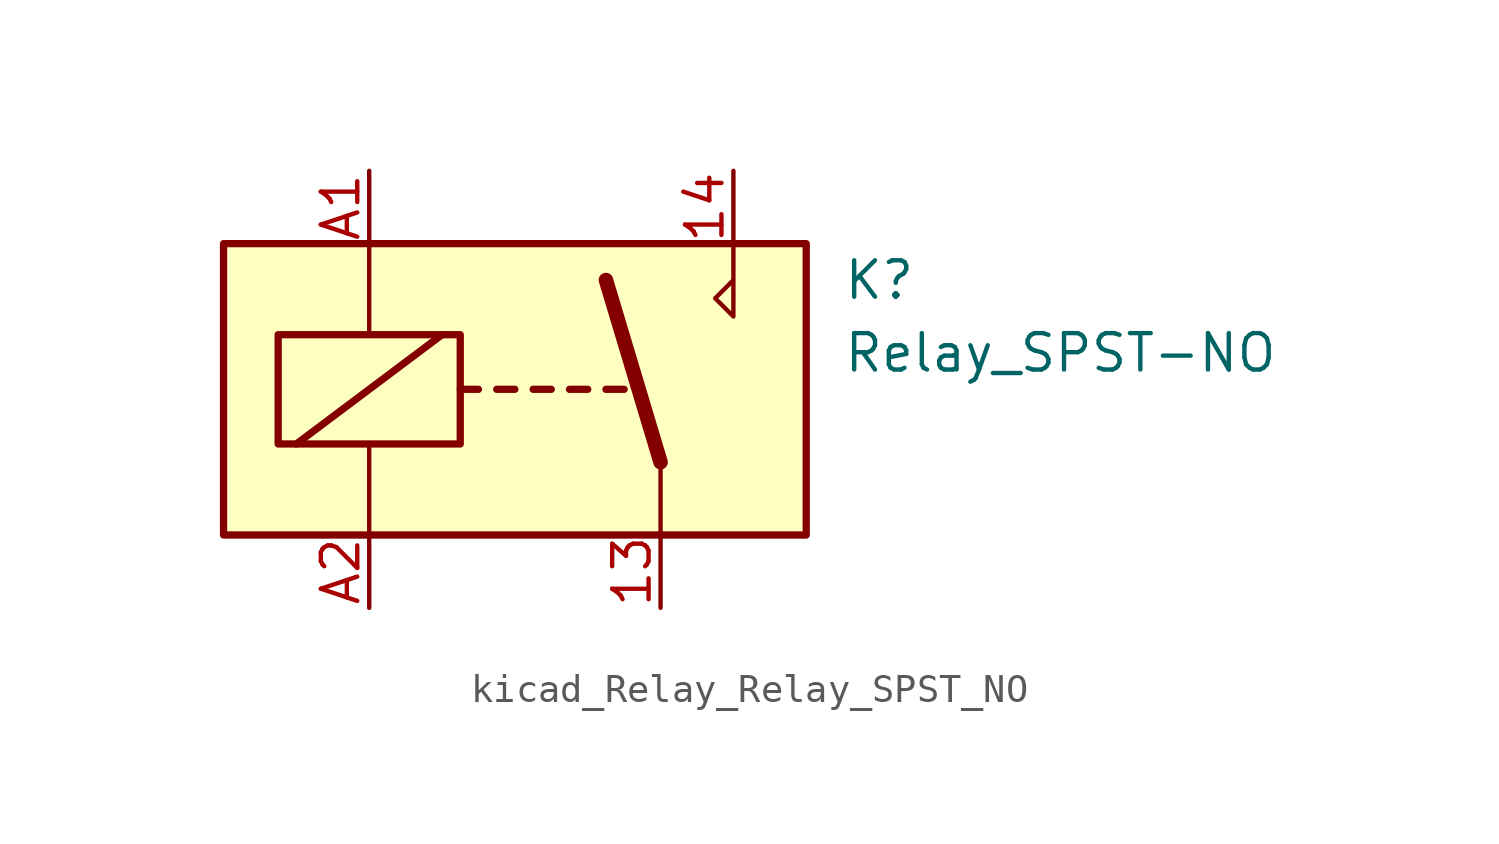
<source format=kicad_sym>
(kicad_symbol_lib
  (version 20220914)
  (generator kicad_symbol_editor)
  (symbol "kicad_Relay_Relay_SPST_NO"
    (property "Reference" "K"
      (at 11.43 3.81 0)
      (effects (font (size 1.27 1.27)) (justify left)))
    (property "Value" "Relay_SPST-NO"
      (at 11.43 1.27 0)
      (effects (font (size 1.27 1.27)) (justify left)))
    (symbol "kicad_Relay_Relay_SPST_NO_0_0"
      (polyline (pts (xy 7.62 5.08) (xy 7.62 2.54) (xy 6.985 3.175) (xy 7.62 3.81)) (stroke (width 0) (type default)) (fill (type none))))
    (symbol "kicad_Relay_Relay_SPST_NO_0_1"
      (rectangle (start -10.16 5.08) (end 10.16 -5.08) (stroke (width 0.254) (type default)) (fill (type background)))
      (rectangle (start -8.255 1.905) (end -1.905 -1.905) (stroke (width 0.254) (type default)) (fill (type none)))
      (polyline (pts (xy -7.62 -1.905) (xy -2.54 1.905)) (stroke (width 0.254) (type default)) (fill (type none)))
      (polyline (pts (xy -5.08 -5.08) (xy -5.08 -1.905)) (stroke (width 0) (type default)) (fill (type none)))
      (polyline (pts (xy -5.08 5.08) (xy -5.08 1.905)) (stroke (width 0) (type default)) (fill (type none)))
      (polyline (pts (xy -1.905 0) (xy -1.27 0)) (stroke (width 0.254) (type default)) (fill (type none)))
      (polyline (pts (xy -0.635 0) (xy 0 0)) (stroke (width 0.254) (type default)) (fill (type none)))
      (polyline (pts (xy 0.635 0) (xy 1.27 0)) (stroke (width 0.254) (type default)) (fill (type none)))
      (polyline (pts (xy 1.905 0) (xy 2.54 0)) (stroke (width 0.254) (type default)) (fill (type none)))
      (polyline (pts (xy 3.175 0) (xy 3.81 0)) (stroke (width 0.254) (type default)) (fill (type none)))
      (polyline (pts (xy 5.08 -2.54) (xy 3.175 3.81)) (stroke (width 0.508) (type default)) (fill (type none)))
      (polyline (pts (xy 5.08 -2.54) (xy 5.08 -5.08)) (stroke (width 0) (type default)) (fill (type none))))
    (symbol "kicad_Relay_Relay_SPST_NO_1_1"
      (pin passive line (at 5.08 -7.62 90) (length 2.54) (name "~" (effects (font (size 1.27 1.27)))) (number "13" (effects (font (size 1.27 1.27)))))
      (pin passive line (at 7.62 7.62 270) (length 2.54) (name "~" (effects (font (size 1.27 1.27)))) (number "14" (effects (font (size 1.27 1.27)))))
      (pin passive line (at -5.08 7.62 270) (length 2.54) (name "~" (effects (font (size 1.27 1.27)))) (number "A1" (effects (font (size 1.27 1.27)))))
      (pin passive line (at -5.08 -7.62 90) (length 2.54) (name "~" (effects (font (size 1.27 1.27)))) (number "A2" (effects (font (size 1.27 1.27))))))))
</source>
